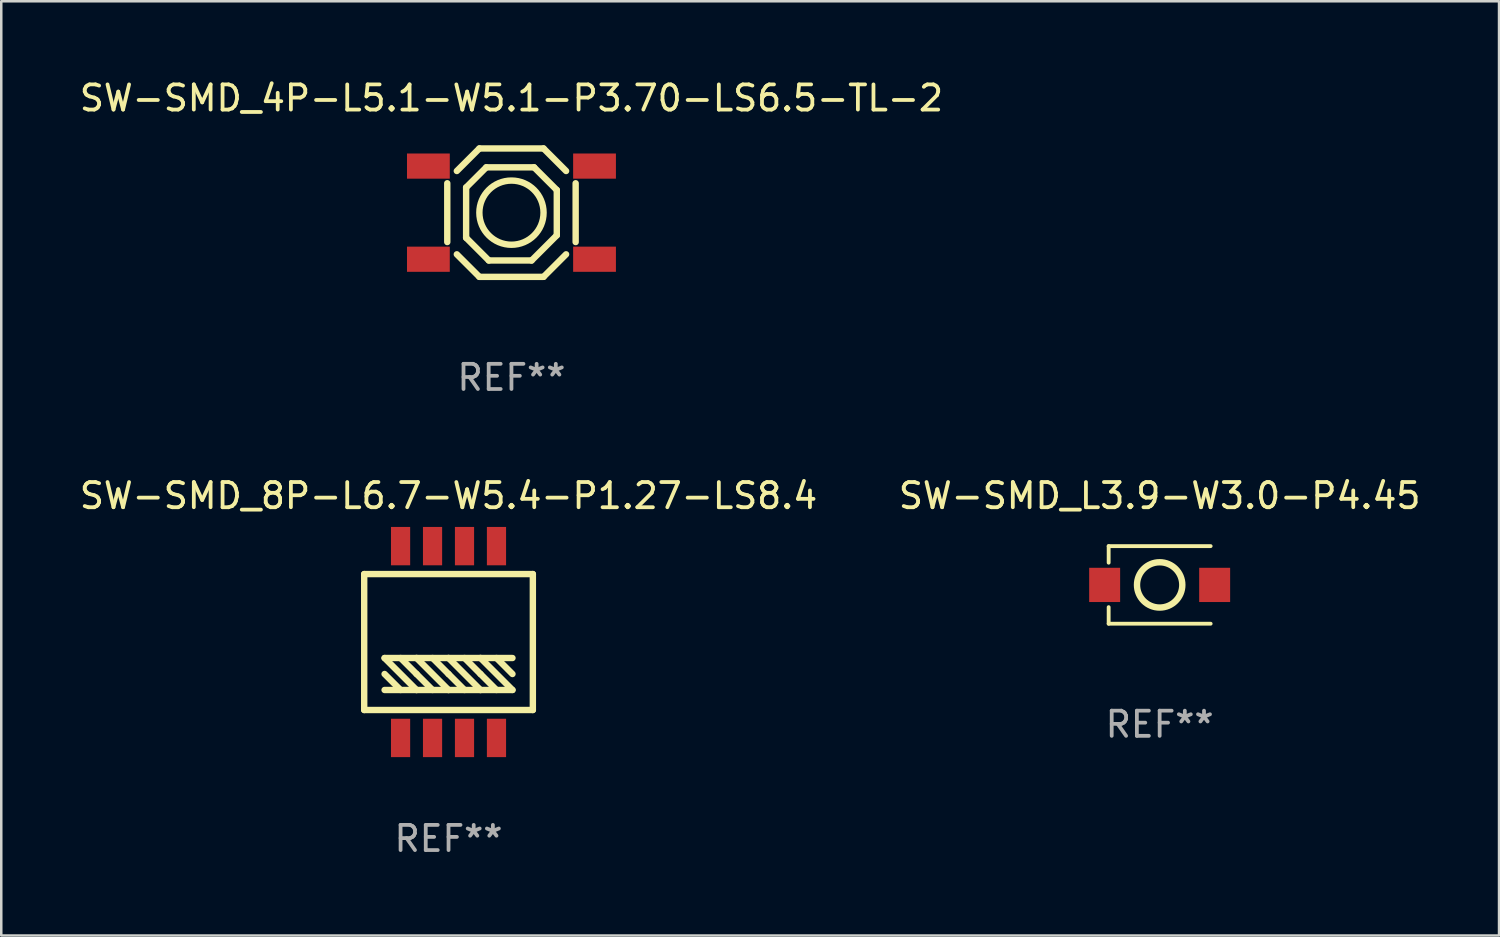
<source format=kicad_pcb>
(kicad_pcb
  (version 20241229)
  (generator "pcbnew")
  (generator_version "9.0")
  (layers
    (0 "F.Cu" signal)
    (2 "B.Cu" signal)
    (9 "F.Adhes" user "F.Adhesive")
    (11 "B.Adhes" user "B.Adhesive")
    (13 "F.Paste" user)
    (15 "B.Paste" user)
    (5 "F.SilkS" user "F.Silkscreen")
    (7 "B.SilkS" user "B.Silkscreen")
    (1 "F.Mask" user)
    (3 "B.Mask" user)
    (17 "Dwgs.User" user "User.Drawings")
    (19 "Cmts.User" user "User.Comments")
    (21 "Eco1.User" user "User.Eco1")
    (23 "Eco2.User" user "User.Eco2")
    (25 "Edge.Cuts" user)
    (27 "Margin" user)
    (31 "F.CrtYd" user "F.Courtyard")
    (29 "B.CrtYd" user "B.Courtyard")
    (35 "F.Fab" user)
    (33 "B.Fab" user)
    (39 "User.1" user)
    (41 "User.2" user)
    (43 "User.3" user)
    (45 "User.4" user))
  (footprint "SW-SMD_8P-L6.7-W5.4-P1.27-LS8.4"
    (layer "F.Cu")
    (at 14.768 22.455)
    (property "Reference" "SW-SMD_8P-L6.7-W5.4-P1.27-LS8.4" (at 0.000114 -5.81 0) (layer "F.SilkS") (effects (font (size 1 1) (thickness 0.15))))
    (attr through_hole)
    (fp_line (start -3.35 -2.7) (end -3.35 2.7) (stroke (width 0.254) (type solid)) (layer "F.SilkS"))
    (fp_line (start -3.35 2.7) (end 3.35 2.7) (stroke (width 0.254) (type solid)) (layer "F.SilkS"))
    (fp_line (start -2.54 0.635) (end -1.27 1.905) (stroke (width 0.254) (type solid)) (layer "F.SilkS"))
    (fp_line (start -2.54 1.27) (end -1.905 1.905) (stroke (width 0.254) (type solid)) (layer "F.SilkS"))
    (fp_line (start -2.54 1.905) (end -1.27 1.905) (stroke (width 0.254) (type solid)) (layer "F.SilkS"))
    (fp_line (start -1.905 0.635) (end -1.27 1.27) (stroke (width 0.254) (type solid)) (layer "F.SilkS"))
    (fp_line (start -1.27 0.635) (end -2.54 0.635) (stroke (width 0.254) (type solid)) (layer "F.SilkS"))
    (fp_line (start -1.27 0.635) (end 0.000102 0.635) (stroke (width 0.254) (type solid)) (layer "F.SilkS"))
    (fp_line (start -1.27 1.27) (end -0.635 1.905) (stroke (width 0.254) (type solid)) (layer "F.SilkS"))
    (fp_line (start -1.27 1.905) (end 0.000102 1.905) (stroke (width 0.254) (type solid)) (layer "F.SilkS"))
    (fp_line (start -0.635 0.635) (end 0.000102 1.27) (stroke (width 0.254) (type solid)) (layer "F.SilkS"))
    (fp_line (start 0.000102 0.635) (end 1.27 0.635) (stroke (width 0.254) (type solid)) (layer "F.SilkS"))
    (fp_line (start 0.000102 0.635) (end 1.27 1.905) (stroke (width 0.254) (type solid)) (layer "F.SilkS"))
    (fp_line (start 0.000102 1.27) (end 0.635 1.905) (stroke (width 0.254) (type solid)) (layer "F.SilkS"))
    (fp_line (start 0.000102 1.905) (end -1.27 0.635) (stroke (width 0.254) (type solid)) (layer "F.SilkS"))
    (fp_line (start 0.635 0.635) (end 1.27 1.27) (stroke (width 0.254) (type solid)) (layer "F.SilkS"))
    (fp_line (start 1.27 0.635) (end 2.54 0.635) (stroke (width 0.254) (type solid)) (layer "F.SilkS"))
    (fp_line (start 1.27 0.635) (end 2.54 1.905) (stroke (width 0.254) (type solid)) (layer "F.SilkS"))
    (fp_line (start 1.27 1.27) (end 1.905 1.905) (stroke (width 0.254) (type solid)) (layer "F.SilkS"))
    (fp_line (start 1.27 1.905) (end 0.000102 1.905) (stroke (width 0.254) (type solid)) (layer "F.SilkS"))
    (fp_line (start 1.905 0.635) (end 2.54 1.27) (stroke (width 0.254) (type solid)) (layer "F.SilkS"))
    (fp_line (start 2.54 1.905) (end 1.27 1.905) (stroke (width 0.254) (type solid)) (layer "F.SilkS"))
    (fp_line (start 3.35 -2.7) (end -3.35 -2.7) (stroke (width 0.254) (type solid)) (layer "F.SilkS"))
    (fp_line (start 3.35 2.7) (end 3.35 -2.7) (stroke (width 0.254) (type solid)) (layer "F.SilkS"))
    (fp_text user "REF**" (at 0.000114 7.81 0) (layer "F.Fab") (effects (font (size 1 1) (thickness 0.15))))
    (pad "1" smd rect (at -1.905 3.81) (size 0.762 1.524) (layers "F.Cu" "F.Mask" "F.Paste"))
    (pad "2" smd rect (at -0.635 3.81) (size 0.762 1.524) (layers "F.Cu" "F.Mask" "F.Paste"))
    (pad "3" smd rect (at 0.635 3.81) (size 0.762 1.524) (layers "F.Cu" "F.Mask" "F.Paste"))
    (pad "4" smd rect (at 1.905 3.81) (size 0.762 1.524) (layers "F.Cu" "F.Mask" "F.Paste"))
    (pad "5" smd rect (at 1.905 -3.81) (size 0.762 1.524) (layers "F.Cu" "F.Mask" "F.Paste"))
    (pad "6" smd rect (at 0.635 -3.81) (size 0.762 1.524) (layers "F.Cu" "F.Mask" "F.Paste"))
    (pad "7" smd rect (at -0.635 -3.81) (size 0.762 1.524) (layers "F.Cu" "F.Mask" "F.Paste"))
    (pad "8" smd rect (at -1.905 -3.81) (size 0.762 1.524) (layers "F.Cu" "F.Mask" "F.Paste")))
  (footprint "SW-SMD_4P-L5.1-W5.1-P3.70-LS6.5-TL-2"
    (layer "F.Cu")
    (at 17.268 5.398)
    (property "Reference" "SW-SMD_4P-L5.1-W5.1-P3.70-LS6.5-TL-2" (at 0 -4.55 0) (layer "F.SilkS") (effects (font (size 1 1) (thickness 0.15))))
    (attr through_hole)
    (fp_line (start -2.55 -1.168) (end -2.55 1.168) (stroke (width 0.254) (type solid)) (layer "F.SilkS"))
    (fp_line (start -2.17 1.655) (end -1.275 2.55) (stroke (width 0.254) (type solid)) (layer "F.SilkS"))
    (fp_line (start -1.801 -1.001) (end -1.001 -1.801) (stroke (width 0.254) (type solid)) (layer "F.SilkS"))
    (fp_line (start -1.801 0.998) (end -1.801 -1.001) (stroke (width 0.254) (type solid)) (layer "F.SilkS"))
    (fp_line (start -1.275 -2.55) (end -2.17 -1.655) (stroke (width 0.254) (type solid)) (layer "F.SilkS"))
    (fp_line (start -1.275 -2.55) (end 1.275 -2.55) (stroke (width 0.254) (type solid)) (layer "F.SilkS"))
    (fp_line (start -1.275 2.55) (end 1.275 2.55) (stroke (width 0.254) (type solid)) (layer "F.SilkS"))
    (fp_line (start -1.001 -1.801) (end 0.899 -1.801) (stroke (width 0.254) (type solid)) (layer "F.SilkS"))
    (fp_line (start -0.899 1.9) (end -1.801 0.998) (stroke (width 0.254) (type solid)) (layer "F.SilkS"))
    (fp_line (start 0.8 1.9) (end -0.899 1.9) (stroke (width 0.254) (type solid)) (layer "F.SilkS"))
    (fp_line (start 0.899 -1.801) (end 1.801 -0.899) (stroke (width 0.254) (type solid)) (layer "F.SilkS"))
    (fp_line (start 1.275 -2.55) (end 2.17 -1.655) (stroke (width 0.254) (type solid)) (layer "F.SilkS"))
    (fp_line (start 1.801 -0.899) (end 1.801 0.899) (stroke (width 0.254) (type solid)) (layer "F.SilkS"))
    (fp_line (start 1.801 0.899) (end 0.8 1.9) (stroke (width 0.254) (type solid)) (layer "F.SilkS"))
    (fp_line (start 2.17 1.655) (end 1.275 2.55) (stroke (width 0.254) (type solid)) (layer "F.SilkS"))
    (fp_line (start 2.55 -1.168) (end 2.55 1.168) (stroke (width 0.254) (type solid)) (layer "F.SilkS"))
    (fp_circle (center 0 0) (end 1.275 0) (stroke (width 0.254) (type solid)) (fill no) (layer "F.SilkS"))
    (fp_text user "REF**" (at 0 6.55 0) (layer "F.Fab") (effects (font (size 1 1) (thickness 0.15))))
    (pad "1" smd rect (at -3.3 -1.85) (size 1.7 1) (layers "F.Cu" "F.Mask" "F.Paste"))
    (pad "2" smd rect (at 3.3 -1.85) (size 1.7 1) (layers "F.Cu" "F.Mask" "F.Paste"))
    (pad "3" smd rect (at -3.3 1.85) (size 1.7 1) (layers "F.Cu" "F.Mask" "F.Paste"))
    (pad "4" smd rect (at 3.3 1.85) (size 1.7 1) (layers "F.Cu" "F.Mask" "F.Paste")))
  (footprint "SW-SMD_L3.9-W3.0-P4.45"
    (layer "F.Cu")
    (at 43.018 20.186)
    (property "Reference" "SW-SMD_L3.9-W3.0-P4.45" (at 0 -3.541 0) (layer "F.SilkS") (effects (font (size 1 1) (thickness 0.15))))
    (attr smd)
    (fp_line (start -2.026 -1.541) (end -2.026 -0.883) (stroke (width 0.152) (type solid)) (layer "F.SilkS"))
    (fp_line (start -2.026 1.541) (end -2.026 0.883) (stroke (width 0.152) (type solid)) (layer "F.SilkS"))
    (fp_line (start 2.026 -1.541) (end -2.026 -1.541) (stroke (width 0.152) (type solid)) (layer "F.SilkS"))
    (fp_line (start 2.026 1.541) (end -2.026 1.541) (stroke (width 0.152) (type solid)) (layer "F.SilkS"))
    (fp_circle (center -0.000025 -0.000025) (end 0.9 -0.000025) (stroke (width 0.254) (type solid)) (fill no) (layer "F.SilkS"))
    (fp_text user "REF**" (at 0 5.541 0) (layer "F.Fab") (effects (font (size 1 1) (thickness 0.15))))
    (pad "1" smd rect (at -2.185 0) (size 1.23 1.36) (layers "F.Cu" "F.Mask" "F.Paste"))
    (pad "2" smd rect (at 2.185 0) (size 1.23 1.36) (layers "F.Cu" "F.Mask" "F.Paste")))
  (gr_rect
    (start -3 -3)
    (end 56.5 34.113)
    (stroke (width 0.1) (type default))
    (fill no)
    (layer "Edge.Cuts")))
</source>
